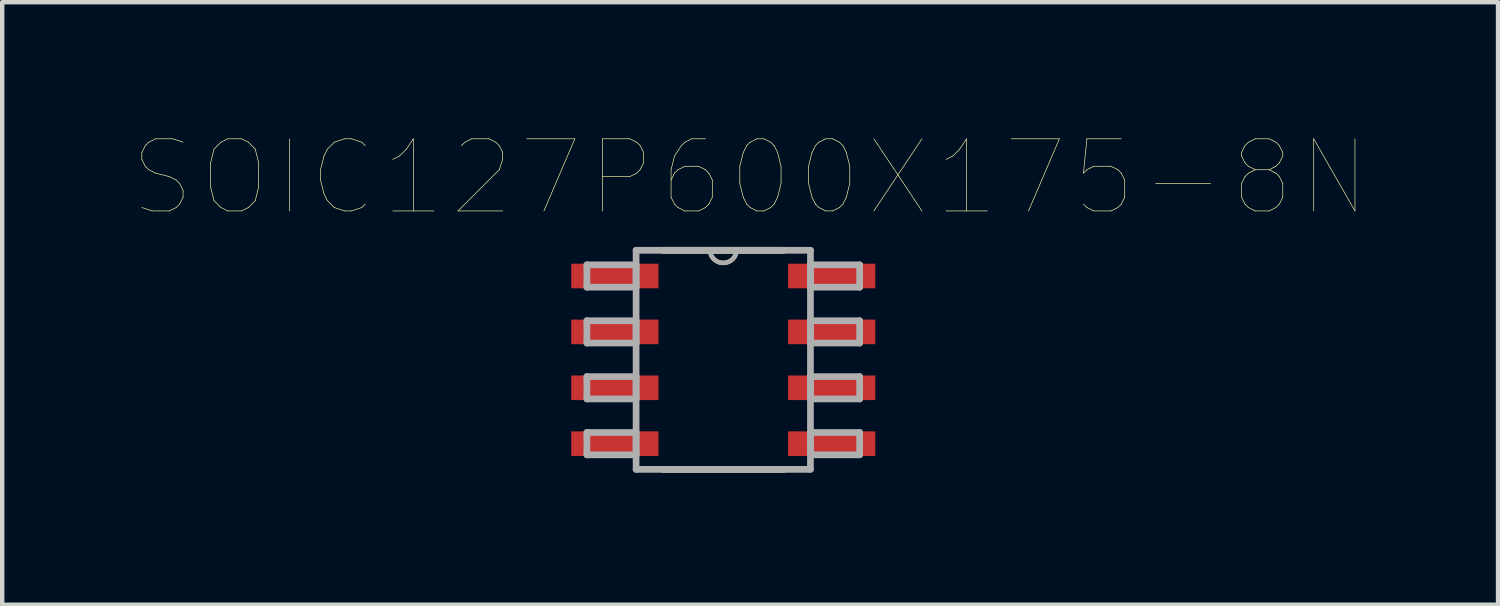
<source format=kicad_pcb>
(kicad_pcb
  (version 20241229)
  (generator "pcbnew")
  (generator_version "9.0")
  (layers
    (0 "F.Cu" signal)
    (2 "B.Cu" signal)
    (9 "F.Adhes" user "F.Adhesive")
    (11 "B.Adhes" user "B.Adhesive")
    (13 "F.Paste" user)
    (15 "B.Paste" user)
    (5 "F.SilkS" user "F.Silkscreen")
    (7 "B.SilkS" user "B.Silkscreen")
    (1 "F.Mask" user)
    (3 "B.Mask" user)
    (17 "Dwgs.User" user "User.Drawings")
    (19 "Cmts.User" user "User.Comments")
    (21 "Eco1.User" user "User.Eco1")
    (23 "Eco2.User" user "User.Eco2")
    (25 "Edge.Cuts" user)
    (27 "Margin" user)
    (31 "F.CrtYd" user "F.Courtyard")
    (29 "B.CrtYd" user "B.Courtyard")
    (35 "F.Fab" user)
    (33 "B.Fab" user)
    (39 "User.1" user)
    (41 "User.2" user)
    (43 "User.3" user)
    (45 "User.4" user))
  (footprint "SOIC127P600X175-8N"
    (layer "F.Cu")
    (at 13.386 5.127)
    (property "Reference" "SOIC127P600X175-8N" (at 0.61 -4.141 0) (layer "F.SilkS") (effects (font (size 1.64 1.64) (thickness 0.015))))
    (attr through_hole)
    (fp_line (start -1.372 2.489) (end 1.372 2.489) (stroke (width 0.152) (type solid)) (layer "F.SilkS"))
    (fp_line (start -0.305 -2.489) (end -1.372 -2.489) (stroke (width 0.152) (type solid)) (layer "F.SilkS"))
    (fp_line (start 1.372 -2.489) (end -0.305 -2.489) (stroke (width 0.152) (type solid)) (layer "F.SilkS"))
    (fp_arc (start 0.3048 -2.5146) (mid 0.0127 -2.1971) (end -0.3048 -2.4892) (stroke (width 0.1) (type solid)) (layer "F.SilkS"))
    (fp_line (start -3.099 -2.159) (end -3.099 -1.651) (stroke (width 0.152) (type solid)) (layer "F.Fab"))
    (fp_line (start -3.099 -1.651) (end -1.981 -1.651) (stroke (width 0.152) (type solid)) (layer "F.Fab"))
    (fp_line (start -3.099 -0.889) (end -3.099 -0.381) (stroke (width 0.152) (type solid)) (layer "F.Fab"))
    (fp_line (start -3.099 -0.381) (end -1.981 -0.381) (stroke (width 0.152) (type solid)) (layer "F.Fab"))
    (fp_line (start -3.099 0.381) (end -3.099 0.889) (stroke (width 0.152) (type solid)) (layer "F.Fab"))
    (fp_line (start -3.099 0.889) (end -1.981 0.889) (stroke (width 0.152) (type solid)) (layer "F.Fab"))
    (fp_line (start -3.099 1.651) (end -3.099 2.159) (stroke (width 0.152) (type solid)) (layer "F.Fab"))
    (fp_line (start -3.099 2.159) (end -1.981 2.159) (stroke (width 0.152) (type solid)) (layer "F.Fab"))
    (fp_line (start -1.981 -2.489) (end -1.981 2.489) (stroke (width 0.152) (type solid)) (layer "F.Fab"))
    (fp_line (start -1.981 -2.159) (end -3.099 -2.159) (stroke (width 0.152) (type solid)) (layer "F.Fab"))
    (fp_line (start -1.981 -1.651) (end -1.981 -2.159) (stroke (width 0.152) (type solid)) (layer "F.Fab"))
    (fp_line (start -1.981 -0.889) (end -3.099 -0.889) (stroke (width 0.152) (type solid)) (layer "F.Fab"))
    (fp_line (start -1.981 -0.381) (end -1.981 -0.889) (stroke (width 0.152) (type solid)) (layer "F.Fab"))
    (fp_line (start -1.981 0.381) (end -3.099 0.381) (stroke (width 0.152) (type solid)) (layer "F.Fab"))
    (fp_line (start -1.981 0.889) (end -1.981 0.381) (stroke (width 0.152) (type solid)) (layer "F.Fab"))
    (fp_line (start -1.981 1.651) (end -3.099 1.651) (stroke (width 0.152) (type solid)) (layer "F.Fab"))
    (fp_line (start -1.981 2.159) (end -1.981 1.651) (stroke (width 0.152) (type solid)) (layer "F.Fab"))
    (fp_line (start -1.981 2.489) (end 1.981 2.489) (stroke (width 0.152) (type solid)) (layer "F.Fab"))
    (fp_line (start -0.305 -2.489) (end -1.981 -2.489) (stroke (width 0.152) (type solid)) (layer "F.Fab"))
    (fp_line (start 1.981 -2.489) (end -0.305 -2.489) (stroke (width 0.152) (type solid)) (layer "F.Fab"))
    (fp_line (start 1.981 -2.159) (end 1.981 -1.651) (stroke (width 0.152) (type solid)) (layer "F.Fab"))
    (fp_line (start 1.981 -1.651) (end 3.099 -1.651) (stroke (width 0.152) (type solid)) (layer "F.Fab"))
    (fp_line (start 1.981 -0.889) (end 1.981 -0.381) (stroke (width 0.152) (type solid)) (layer "F.Fab"))
    (fp_line (start 1.981 -0.381) (end 3.099 -0.381) (stroke (width 0.152) (type solid)) (layer "F.Fab"))
    (fp_line (start 1.981 0.381) (end 1.981 0.889) (stroke (width 0.152) (type solid)) (layer "F.Fab"))
    (fp_line (start 1.981 0.889) (end 3.099 0.889) (stroke (width 0.152) (type solid)) (layer "F.Fab"))
    (fp_line (start 1.981 1.651) (end 1.981 2.159) (stroke (width 0.152) (type solid)) (layer "F.Fab"))
    (fp_line (start 1.981 2.159) (end 3.099 2.159) (stroke (width 0.152) (type solid)) (layer "F.Fab"))
    (fp_line (start 1.981 2.489) (end 1.981 -2.489) (stroke (width 0.152) (type solid)) (layer "F.Fab"))
    (fp_line (start 3.099 -2.159) (end 1.981 -2.159) (stroke (width 0.152) (type solid)) (layer "F.Fab"))
    (fp_line (start 3.099 -1.651) (end 3.099 -2.159) (stroke (width 0.152) (type solid)) (layer "F.Fab"))
    (fp_line (start 3.099 -0.889) (end 1.981 -0.889) (stroke (width 0.152) (type solid)) (layer "F.Fab"))
    (fp_line (start 3.099 -0.381) (end 3.099 -0.889) (stroke (width 0.152) (type solid)) (layer "F.Fab"))
    (fp_line (start 3.099 0.381) (end 1.981 0.381) (stroke (width 0.152) (type solid)) (layer "F.Fab"))
    (fp_line (start 3.099 0.889) (end 3.099 0.381) (stroke (width 0.152) (type solid)) (layer "F.Fab"))
    (fp_line (start 3.099 1.651) (end 1.981 1.651) (stroke (width 0.152) (type solid)) (layer "F.Fab"))
    (fp_line (start 3.099 2.159) (end 3.099 1.651) (stroke (width 0.152) (type solid)) (layer "F.Fab"))
    (fp_arc (start 0.3048 -2.5146) (mid 0.0127 -2.1971) (end -0.3048 -2.4892) (stroke (width 0.1) (type solid)) (layer "F.Fab"))
    (pad "1" smd rect (at -2.464 -1.905) (size 1.981 0.559) (layers "F.Cu" "F.Mask" "F.Paste"))
    (pad "2" smd rect (at -2.464 -0.635) (size 1.981 0.559) (layers "F.Cu" "F.Mask" "F.Paste"))
    (pad "3" smd rect (at -2.464 0.635) (size 1.981 0.559) (layers "F.Cu" "F.Mask" "F.Paste"))
    (pad "4" smd rect (at -2.464 1.905) (size 1.981 0.559) (layers "F.Cu" "F.Mask" "F.Paste"))
    (pad "5" smd rect (at 2.464 1.905) (size 1.981 0.559) (layers "F.Cu" "F.Mask" "F.Paste"))
    (pad "6" smd rect (at 2.464 0.635) (size 1.981 0.559) (layers "F.Cu" "F.Mask" "F.Paste"))
    (pad "7" smd rect (at 2.464 -0.635) (size 1.981 0.559) (layers "F.Cu" "F.Mask" "F.Paste"))
    (pad "8" smd rect (at 2.464 -1.905) (size 1.981 0.559) (layers "F.Cu" "F.Mask" "F.Paste")))
  (gr_rect
    (start -3 -3)
    (end 30.992 10.692)
    (stroke (width 0.1) (type default))
    (fill no)
    (layer "Edge.Cuts")))
</source>
